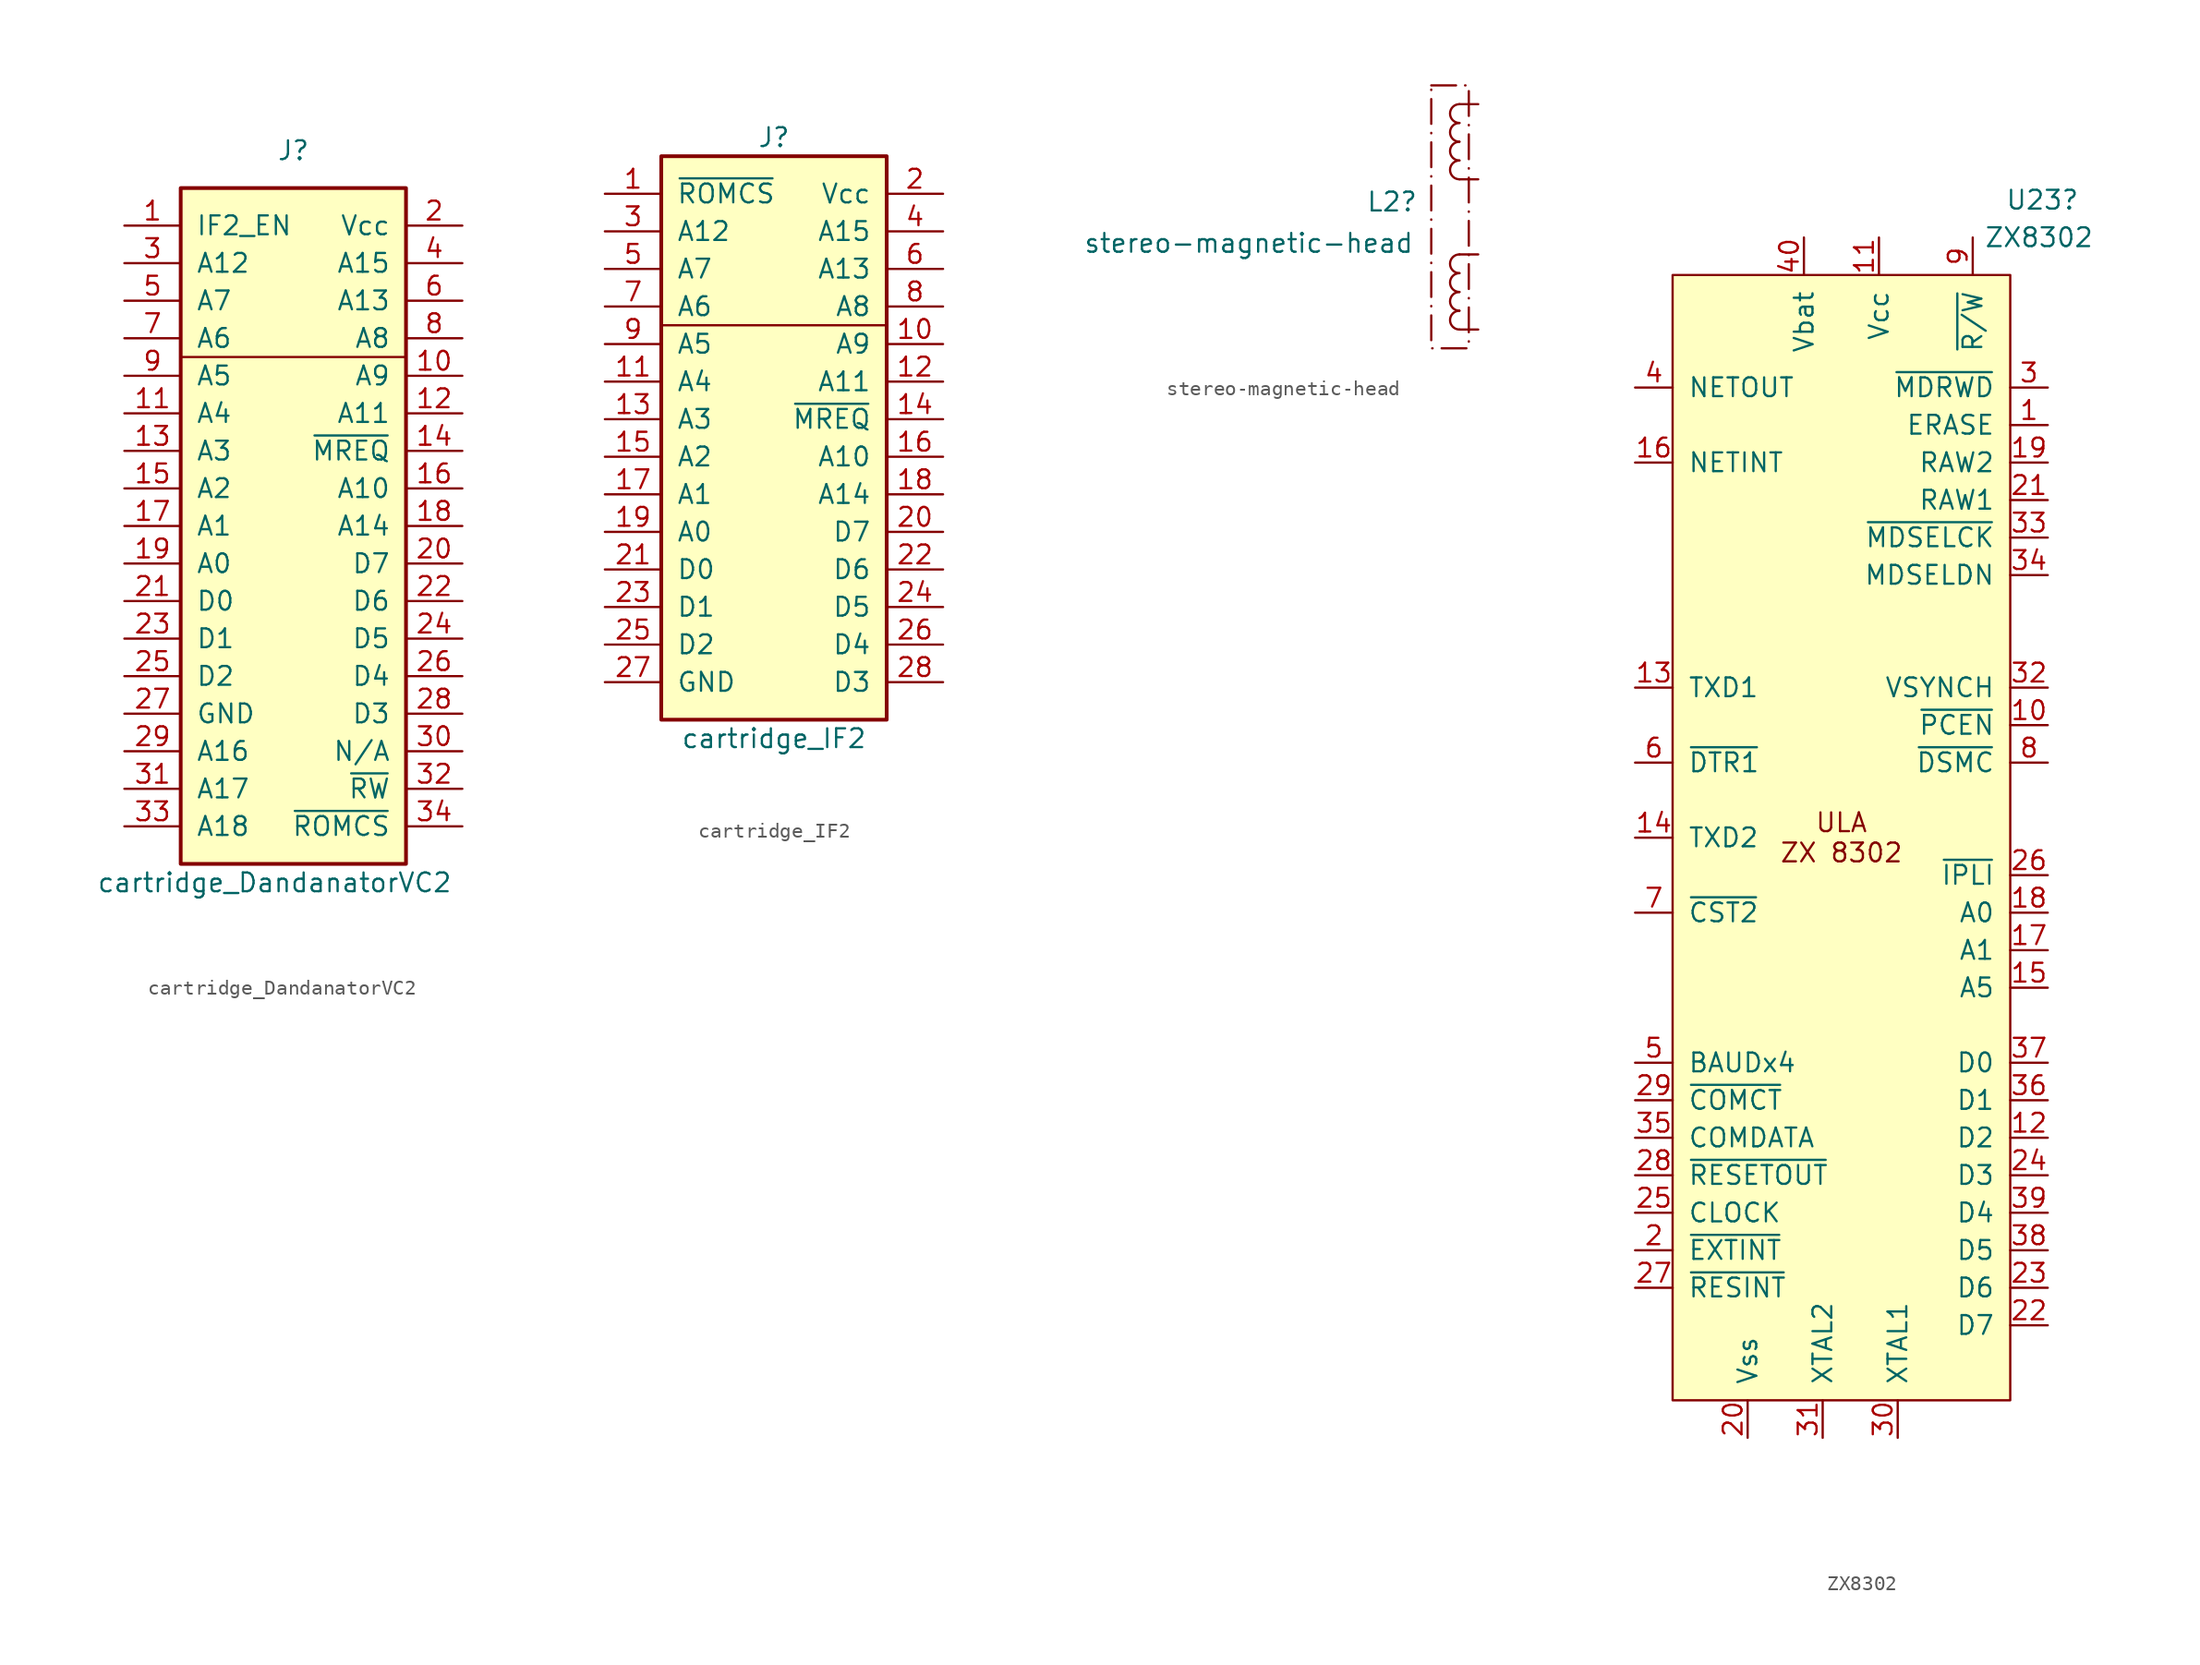
<source format=kicad_sym>
(kicad_symbol_lib
  (version 20241209)
  (generator "kicad_symbol_editor")
  (generator_version "9.0")
  (symbol "cartridge_DandanatorVC2"
    (pin_names
      (offset 1.016))
    (property "Reference" "J"
      (at 1.27 25.4 0)
      (effects (font (size 1.27 1.27))))
    (property "Value" "cartridge_DandanatorVC2"
      (at 0 -24.13 0)
      (effects (font (size 1.27 1.27))))
    (symbol "cartridge_DandanatorVC2_0_1"
      (polyline (pts (xy -6.35 11.43) (xy 8.89 11.43)) (stroke (width 0) (type default)) (fill (type none))))
    (symbol "cartridge_DandanatorVC2_1_1"
      (rectangle (start -6.35 22.86) (end 8.89 -22.86) (stroke (width 0.254) (type default)) (fill (type background)))
      (pin passive line (at -10.16 20.32 0) (length 3.81) (name "IF2_EN" (effects (font (size 1.27 1.27)))) (number "1" (effects (font (size 1.27 1.27)))))
      (pin passive line (at -10.16 17.78 0) (length 3.81) (name "A12" (effects (font (size 1.27 1.27)))) (number "3" (effects (font (size 1.27 1.27)))))
      (pin passive line (at -10.16 15.24 0) (length 3.81) (name "A7" (effects (font (size 1.27 1.27)))) (number "5" (effects (font (size 1.27 1.27)))))
      (pin passive line (at -10.16 12.7 0) (length 3.81) (name "A6" (effects (font (size 1.27 1.27)))) (number "7" (effects (font (size 1.27 1.27)))))
      (pin passive line (at -10.16 10.16 0) (length 3.81) (name "A5" (effects (font (size 1.27 1.27)))) (number "9" (effects (font (size 1.27 1.27)))))
      (pin passive line (at -10.16 7.62 0) (length 3.81) (name "A4" (effects (font (size 1.27 1.27)))) (number "11" (effects (font (size 1.27 1.27)))))
      (pin passive line (at -10.16 5.08 0) (length 3.81) (name "A3" (effects (font (size 1.27 1.27)))) (number "13" (effects (font (size 1.27 1.27)))))
      (pin passive line (at -10.16 2.54 0) (length 3.81) (name "A2" (effects (font (size 1.27 1.27)))) (number "15" (effects (font (size 1.27 1.27)))))
      (pin passive line (at -10.16 0 0) (length 3.81) (name "A1" (effects (font (size 1.27 1.27)))) (number "17" (effects (font (size 1.27 1.27)))))
      (pin passive line (at -10.16 -2.54 0) (length 3.81) (name "A0" (effects (font (size 1.27 1.27)))) (number "19" (effects (font (size 1.27 1.27)))))
      (pin passive line (at -10.16 -5.08 0) (length 3.81) (name "D0" (effects (font (size 1.27 1.27)))) (number "21" (effects (font (size 1.27 1.27)))))
      (pin passive line (at -10.16 -7.62 0) (length 3.81) (name "D1" (effects (font (size 1.27 1.27)))) (number "23" (effects (font (size 1.27 1.27)))))
      (pin passive line (at -10.16 -10.16 0) (length 3.81) (name "D2" (effects (font (size 1.27 1.27)))) (number "25" (effects (font (size 1.27 1.27)))))
      (pin passive line (at -10.16 -12.7 0) (length 3.81) (name "GND" (effects (font (size 1.27 1.27)))) (number "27" (effects (font (size 1.27 1.27)))))
      (pin passive line (at -10.16 -15.24 0) (length 3.81) (name "A16" (effects (font (size 1.27 1.27)))) (number "29" (effects (font (size 1.27 1.27)))))
      (pin passive line (at -10.16 -17.78 0) (length 3.81) (name "A17" (effects (font (size 1.27 1.27)))) (number "31" (effects (font (size 1.27 1.27)))))
      (pin passive line (at -10.16 -20.32 0) (length 3.81) (name "A18" (effects (font (size 1.27 1.27)))) (number "33" (effects (font (size 1.27 1.27)))))
      (pin passive line (at 12.7 20.32 180) (length 3.81) (name "Vcc" (effects (font (size 1.27 1.27)))) (number "2" (effects (font (size 1.27 1.27)))))
      (pin passive line (at 12.7 17.78 180) (length 3.81) (name "A15" (effects (font (size 1.27 1.27)))) (number "4" (effects (font (size 1.27 1.27)))))
      (pin passive line (at 12.7 15.24 180) (length 3.81) (name "A13" (effects (font (size 1.27 1.27)))) (number "6" (effects (font (size 1.27 1.27)))))
      (pin passive line (at 12.7 12.7 180) (length 3.81) (name "A8" (effects (font (size 1.27 1.27)))) (number "8" (effects (font (size 1.27 1.27)))))
      (pin passive line (at 12.7 10.16 180) (length 3.81) (name "A9" (effects (font (size 1.27 1.27)))) (number "10" (effects (font (size 1.27 1.27)))))
      (pin passive line (at 12.7 7.62 180) (length 3.81) (name "A11" (effects (font (size 1.27 1.27)))) (number "12" (effects (font (size 1.27 1.27)))))
      (pin passive line (at 12.7 5.08 180) (length 3.81) (name "~{MREQ}" (effects (font (size 1.27 1.27)))) (number "14" (effects (font (size 1.27 1.27)))))
      (pin passive line (at 12.7 2.54 180) (length 3.81) (name "A10" (effects (font (size 1.27 1.27)))) (number "16" (effects (font (size 1.27 1.27)))))
      (pin passive line (at 12.7 0 180) (length 3.81) (name "A14" (effects (font (size 1.27 1.27)))) (number "18" (effects (font (size 1.27 1.27)))))
      (pin passive line (at 12.7 -2.54 180) (length 3.81) (name "D7" (effects (font (size 1.27 1.27)))) (number "20" (effects (font (size 1.27 1.27)))))
      (pin passive line (at 12.7 -5.08 180) (length 3.81) (name "D6" (effects (font (size 1.27 1.27)))) (number "22" (effects (font (size 1.27 1.27)))))
      (pin passive line (at 12.7 -7.62 180) (length 3.81) (name "D5" (effects (font (size 1.27 1.27)))) (number "24" (effects (font (size 1.27 1.27)))))
      (pin passive line (at 12.7 -10.16 180) (length 3.81) (name "D4" (effects (font (size 1.27 1.27)))) (number "26" (effects (font (size 1.27 1.27)))))
      (pin passive line (at 12.7 -12.7 180) (length 3.81) (name "D3" (effects (font (size 1.27 1.27)))) (number "28" (effects (font (size 1.27 1.27)))))
      (pin unspecified line (at 12.7 -15.24 180) (length 3.81) (name "N/A" (effects (font (size 1.27 1.27)))) (number "30" (effects (font (size 1.27 1.27)))))
      (pin passive line (at 12.7 -17.78 180) (length 3.81) (name "~{RW}" (effects (font (size 1.27 1.27)))) (number "32" (effects (font (size 1.27 1.27)))))
      (pin passive line (at 12.7 -20.32 180) (length 3.81) (name "~{ROMCS}" (effects (font (size 1.27 1.27)))) (number "34" (effects (font (size 1.27 1.27)))))))
  (symbol "cartridge_IF2"
    (pin_names
      (offset 1.016))
    (property "Reference" "J"
      (at 1.27 24.13 0)
      (effects (font (size 1.27 1.27))))
    (property "Value" "cartridge_IF2"
      (at 1.27 -16.51 0)
      (effects (font (size 1.27 1.27))))
    (symbol "cartridge_IF2_0_1"
      (polyline (pts (xy -6.35 11.43) (xy 8.89 11.43)) (stroke (width 0) (type default)) (fill (type none))))
    (symbol "cartridge_IF2_1_1"
      (rectangle (start -6.35 22.86) (end 8.89 -15.24) (stroke (width 0.254) (type default)) (fill (type background)))
      (pin passive line (at -10.16 20.32 0) (length 3.81) (name "~{ROMCS}" (effects (font (size 1.27 1.27)))) (number "1" (effects (font (size 1.27 1.27)))))
      (pin passive line (at -10.16 17.78 0) (length 3.81) (name "A12" (effects (font (size 1.27 1.27)))) (number "3" (effects (font (size 1.27 1.27)))))
      (pin passive line (at -10.16 15.24 0) (length 3.81) (name "A7" (effects (font (size 1.27 1.27)))) (number "5" (effects (font (size 1.27 1.27)))))
      (pin passive line (at -10.16 12.7 0) (length 3.81) (name "A6" (effects (font (size 1.27 1.27)))) (number "7" (effects (font (size 1.27 1.27)))))
      (pin passive line (at -10.16 10.16 0) (length 3.81) (name "A5" (effects (font (size 1.27 1.27)))) (number "9" (effects (font (size 1.27 1.27)))))
      (pin passive line (at -10.16 7.62 0) (length 3.81) (name "A4" (effects (font (size 1.27 1.27)))) (number "11" (effects (font (size 1.27 1.27)))))
      (pin passive line (at -10.16 5.08 0) (length 3.81) (name "A3" (effects (font (size 1.27 1.27)))) (number "13" (effects (font (size 1.27 1.27)))))
      (pin passive line (at -10.16 2.54 0) (length 3.81) (name "A2" (effects (font (size 1.27 1.27)))) (number "15" (effects (font (size 1.27 1.27)))))
      (pin passive line (at -10.16 0 0) (length 3.81) (name "A1" (effects (font (size 1.27 1.27)))) (number "17" (effects (font (size 1.27 1.27)))))
      (pin passive line (at -10.16 -2.54 0) (length 3.81) (name "A0" (effects (font (size 1.27 1.27)))) (number "19" (effects (font (size 1.27 1.27)))))
      (pin passive line (at -10.16 -5.08 0) (length 3.81) (name "D0" (effects (font (size 1.27 1.27)))) (number "21" (effects (font (size 1.27 1.27)))))
      (pin passive line (at -10.16 -7.62 0) (length 3.81) (name "D1" (effects (font (size 1.27 1.27)))) (number "23" (effects (font (size 1.27 1.27)))))
      (pin passive line (at -10.16 -10.16 0) (length 3.81) (name "D2" (effects (font (size 1.27 1.27)))) (number "25" (effects (font (size 1.27 1.27)))))
      (pin passive line (at -10.16 -12.7 0) (length 3.81) (name "GND" (effects (font (size 1.27 1.27)))) (number "27" (effects (font (size 1.27 1.27)))))
      (pin passive line (at 12.7 20.32 180) (length 3.81) (name "Vcc" (effects (font (size 1.27 1.27)))) (number "2" (effects (font (size 1.27 1.27)))))
      (pin passive line (at 12.7 17.78 180) (length 3.81) (name "A15" (effects (font (size 1.27 1.27)))) (number "4" (effects (font (size 1.27 1.27)))))
      (pin passive line (at 12.7 15.24 180) (length 3.81) (name "A13" (effects (font (size 1.27 1.27)))) (number "6" (effects (font (size 1.27 1.27)))))
      (pin passive line (at 12.7 12.7 180) (length 3.81) (name "A8" (effects (font (size 1.27 1.27)))) (number "8" (effects (font (size 1.27 1.27)))))
      (pin passive line (at 12.7 10.16 180) (length 3.81) (name "A9" (effects (font (size 1.27 1.27)))) (number "10" (effects (font (size 1.27 1.27)))))
      (pin passive line (at 12.7 7.62 180) (length 3.81) (name "A11" (effects (font (size 1.27 1.27)))) (number "12" (effects (font (size 1.27 1.27)))))
      (pin passive line (at 12.7 5.08 180) (length 3.81) (name "~{MREQ}" (effects (font (size 1.27 1.27)))) (number "14" (effects (font (size 1.27 1.27)))))
      (pin passive line (at 12.7 2.54 180) (length 3.81) (name "A10" (effects (font (size 1.27 1.27)))) (number "16" (effects (font (size 1.27 1.27)))))
      (pin passive line (at 12.7 0 180) (length 3.81) (name "A14" (effects (font (size 1.27 1.27)))) (number "18" (effects (font (size 1.27 1.27)))))
      (pin passive line (at 12.7 -2.54 180) (length 3.81) (name "D7" (effects (font (size 1.27 1.27)))) (number "20" (effects (font (size 1.27 1.27)))))
      (pin passive line (at 12.7 -5.08 180) (length 3.81) (name "D6" (effects (font (size 1.27 1.27)))) (number "22" (effects (font (size 1.27 1.27)))))
      (pin passive line (at 12.7 -7.62 180) (length 3.81) (name "D5" (effects (font (size 1.27 1.27)))) (number "24" (effects (font (size 1.27 1.27)))))
      (pin passive line (at 12.7 -10.16 180) (length 3.81) (name "D4" (effects (font (size 1.27 1.27)))) (number "26" (effects (font (size 1.27 1.27)))))
      (pin passive line (at 12.7 -12.7 180) (length 3.81) (name "D3" (effects (font (size 1.27 1.27)))) (number "28" (effects (font (size 1.27 1.27)))))))
  (symbol "stereo-magnetic-head"
    (pin_numbers
      (hide yes))
    (pin_names
      (offset 1.016)
      (hide yes))
    (property "Reference" "L2"
      (at -4.064 1.016 0)
      (effects (font (size 1.27 1.27)) (justify right)))
    (property "Value" "stereo-magnetic-head"
      (at -4.318 -1.778 0)
      (effects (font (size 1.27 1.27)) (justify right)))
    (symbol "stereo-magnetic-head_0_1"
      (arc (start -1.27 6.35) (mid -1.9023 6.985) (end -1.27 7.62) (stroke (width 0) (type default)) (fill (type none)))
      (arc (start -1.27 5.08) (mid -1.9023 5.715) (end -1.27 6.35) (stroke (width 0) (type default)) (fill (type none)))
      (arc (start -1.27 3.81) (mid -1.9023 4.445) (end -1.27 5.08) (stroke (width 0) (type default)) (fill (type none)))
      (arc (start -1.27 2.54) (mid -1.9023 3.175) (end -1.27 3.81) (stroke (width 0) (type default)) (fill (type none)))
      (arc (start -1.27 -3.81) (mid -1.9023 -3.175) (end -1.27 -2.54) (stroke (width 0) (type default)) (fill (type none)))
      (arc (start -1.27 -5.08) (mid -1.9023 -4.445) (end -1.27 -3.81) (stroke (width 0) (type default)) (fill (type none)))
      (arc (start -1.27 -6.35) (mid -1.9023 -5.715) (end -1.27 -5.08) (stroke (width 0) (type default)) (fill (type none)))
      (arc (start -1.27 -7.62) (mid -1.9023 -6.985) (end -1.27 -6.35) (stroke (width 0) (type default)) (fill (type none))))
    (symbol "stereo-magnetic-head_1_1"
      (rectangle (start -3.175 8.89) (end -0.635 -8.89) (stroke (width 0) (type dash_dot)) (fill (type none)))
      (pin passive line (at 0 7.62 180) (length 1.27) (name "1" (effects (font (size 1.27 1.27)))) (number "1" (effects (font (size 1.27 1.27)))))
      (pin passive line (at 0 2.54 180) (length 1.27) (name "1" (effects (font (size 1.27 1.27)))) (number "2" (effects (font (size 1.27 1.27)))))
      (pin passive line (at 0 -2.54 180) (length 1.27) (name "2" (effects (font (size 1.27 1.27)))) (number "3" (effects (font (size 1.27 1.27)))))
      (pin passive line (at 0 -7.62 180) (length 1.27) (name "1" (effects (font (size 1.27 1.27)))) (number "4" (effects (font (size 1.27 1.27)))))))
  (symbol "ZX8302"
    (pin_names
      (offset 1.016))
    (property "Reference" "U23"
      (at 11.084 41.91 0)
      (effects (font (size 1.27 1.27)) (justify left)))
    (property "Value" "ZX8302"
      (at 9.652 39.37 0)
      (effects (font (size 1.27 1.27)) (justify left)))
    (symbol "ZX8302_0_1"
      (rectangle (start -11.43 36.83) (end 11.43 -39.37) (stroke (width 0) (type default)) (fill (type background))))
    (symbol "ZX8302_1_1"
      (text "ULA\nZX 8302" (at 0 -1.27 0) (effects (font (size 1.27 1.27))))
      (pin output line (at -13.97 29.21 0) (length 2.54) (name "NETOUT" (effects (font (size 1.27 1.27)))) (number "4" (effects (font (size 1.27 1.27)))))
      (pin input line (at -13.97 24.13 0) (length 2.54) (name "NETINT" (effects (font (size 1.27 1.27)))) (number "16" (effects (font (size 1.27 1.27)))))
      (pin output line (at -13.97 8.89 0) (length 2.54) (name "TXD1" (effects (font (size 1.27 1.27)))) (number "13" (effects (font (size 1.27 1.27)))))
      (pin input line (at -13.97 3.81 0) (length 2.54) (name "~{DTR1}" (effects (font (size 1.27 1.27)))) (number "6" (effects (font (size 1.27 1.27)))))
      (pin output line (at -13.97 -1.27 0) (length 2.54) (name "TXD2" (effects (font (size 1.27 1.27)))) (number "14" (effects (font (size 1.27 1.27)))))
      (pin input line (at -13.97 -6.35 0) (length 2.54) (name "~{CST2}" (effects (font (size 1.27 1.27)))) (number "7" (effects (font (size 1.27 1.27)))))
      (pin output line (at -13.97 -16.51 0) (length 2.54) (name "BAUDx4" (effects (font (size 1.27 1.27)))) (number "5" (effects (font (size 1.27 1.27)))))
      (pin output line (at -13.97 -19.05 0) (length 2.54) (name "~{COMCT}" (effects (font (size 1.27 1.27)))) (number "29" (effects (font (size 1.27 1.27)))))
      (pin bidirectional line (at -13.97 -21.59 0) (length 2.54) (name "COMDATA" (effects (font (size 1.27 1.27)))) (number "35" (effects (font (size 1.27 1.27)))))
      (pin output line (at -13.97 -24.13 0) (length 2.54) (name "~{RESETOUT}" (effects (font (size 1.27 1.27)))) (number "28" (effects (font (size 1.27 1.27)))))
      (pin input line (at -13.97 -26.67 0) (length 2.54) (name "CLOCK" (effects (font (size 1.27 1.27)))) (number "25" (effects (font (size 1.27 1.27)))))
      (pin input line (at -13.97 -29.21 0) (length 2.54) (name "~{EXTINT}" (effects (font (size 1.27 1.27)))) (number "2" (effects (font (size 1.27 1.27)))))
      (pin input line (at -13.97 -31.75 0) (length 2.54) (name "~{RESINT}" (effects (font (size 1.27 1.27)))) (number "27" (effects (font (size 1.27 1.27)))))
      (pin power_in line (at -6.35 -41.91 90) (length 2.54) (name "Vss" (effects (font (size 1.27 1.27)))) (number "20" (effects (font (size 1.27 1.27)))))
      (pin power_in line (at -2.54 39.37 270) (length 2.54) (name "Vbat" (effects (font (size 1.27 1.27)))) (number "40" (effects (font (size 1.27 1.27)))))
      (pin passive line (at -1.27 -41.91 90) (length 2.54) (name "XTAL2" (effects (font (size 1.27 1.27)))) (number "31" (effects (font (size 1.27 1.27)))))
      (pin power_in line (at 2.54 39.37 270) (length 2.54) (name "Vcc" (effects (font (size 1.27 1.27)))) (number "11" (effects (font (size 1.27 1.27)))))
      (pin passive line (at 3.81 -41.91 90) (length 2.54) (name "XTAL1" (effects (font (size 1.27 1.27)))) (number "30" (effects (font (size 1.27 1.27)))))
      (pin input line (at 8.89 39.37 270) (length 2.54) (name "~{R/W}" (effects (font (size 1.27 1.27)))) (number "9" (effects (font (size 1.27 1.27)))))
      (pin output line (at 13.97 29.21 180) (length 2.54) (name "~{MDRWD}" (effects (font (size 1.27 1.27)))) (number "3" (effects (font (size 1.27 1.27)))))
      (pin output line (at 13.97 26.67 180) (length 2.54) (name "ERASE" (effects (font (size 1.27 1.27)))) (number "1" (effects (font (size 1.27 1.27)))))
      (pin bidirectional line (at 13.97 24.13 180) (length 2.54) (name "RAW2" (effects (font (size 1.27 1.27)))) (number "19" (effects (font (size 1.27 1.27)))))
      (pin bidirectional line (at 13.97 21.59 180) (length 2.54) (name "RAW1" (effects (font (size 1.27 1.27)))) (number "21" (effects (font (size 1.27 1.27)))))
      (pin output line (at 13.97 19.05 180) (length 2.54) (name "~{MDSELCK}" (effects (font (size 1.27 1.27)))) (number "33" (effects (font (size 1.27 1.27)))))
      (pin output line (at 13.97 16.51 180) (length 2.54) (name "MDSELDN" (effects (font (size 1.27 1.27)))) (number "34" (effects (font (size 1.27 1.27)))))
      (pin input line (at 13.97 8.89 180) (length 2.54) (name "VSYNCH" (effects (font (size 1.27 1.27)))) (number "32" (effects (font (size 1.27 1.27)))))
      (pin input line (at 13.97 6.35 180) (length 2.54) (name "~{PCEN}" (effects (font (size 1.27 1.27)))) (number "10" (effects (font (size 1.27 1.27)))))
      (pin input line (at 13.97 3.81 180) (length 2.54) (name "~{DSMC}" (effects (font (size 1.27 1.27)))) (number "8" (effects (font (size 1.27 1.27)))))
      (pin input line (at 13.97 -3.81 180) (length 2.54) (name "~{IPLI}" (effects (font (size 1.27 1.27)))) (number "26" (effects (font (size 1.27 1.27)))))
      (pin input line (at 13.97 -6.35 180) (length 2.54) (name "A0" (effects (font (size 1.27 1.27)))) (number "18" (effects (font (size 1.27 1.27)))))
      (pin input line (at 13.97 -8.89 180) (length 2.54) (name "A1" (effects (font (size 1.27 1.27)))) (number "17" (effects (font (size 1.27 1.27)))))
      (pin input line (at 13.97 -11.43 180) (length 2.54) (name "A5" (effects (font (size 1.27 1.27)))) (number "15" (effects (font (size 1.27 1.27)))))
      (pin bidirectional line (at 13.97 -16.51 180) (length 2.54) (name "D0" (effects (font (size 1.27 1.27)))) (number "37" (effects (font (size 1.27 1.27)))))
      (pin bidirectional line (at 13.97 -19.05 180) (length 2.54) (name "D1" (effects (font (size 1.27 1.27)))) (number "36" (effects (font (size 1.27 1.27)))))
      (pin bidirectional line (at 13.97 -21.59 180) (length 2.54) (name "D2" (effects (font (size 1.27 1.27)))) (number "12" (effects (font (size 1.27 1.27)))))
      (pin bidirectional line (at 13.97 -24.13 180) (length 2.54) (name "D3" (effects (font (size 1.27 1.27)))) (number "24" (effects (font (size 1.27 1.27)))))
      (pin bidirectional line (at 13.97 -26.67 180) (length 2.54) (name "D4" (effects (font (size 1.27 1.27)))) (number "39" (effects (font (size 1.27 1.27)))))
      (pin bidirectional line (at 13.97 -29.21 180) (length 2.54) (name "D5" (effects (font (size 1.27 1.27)))) (number "38" (effects (font (size 1.27 1.27)))))
      (pin bidirectional line (at 13.97 -31.75 180) (length 2.54) (name "D6" (effects (font (size 1.27 1.27)))) (number "23" (effects (font (size 1.27 1.27)))))
      (pin bidirectional line (at 13.97 -34.29 180) (length 2.54) (name "D7" (effects (font (size 1.27 1.27)))) (number "22" (effects (font (size 1.27 1.27))))))))
</source>
